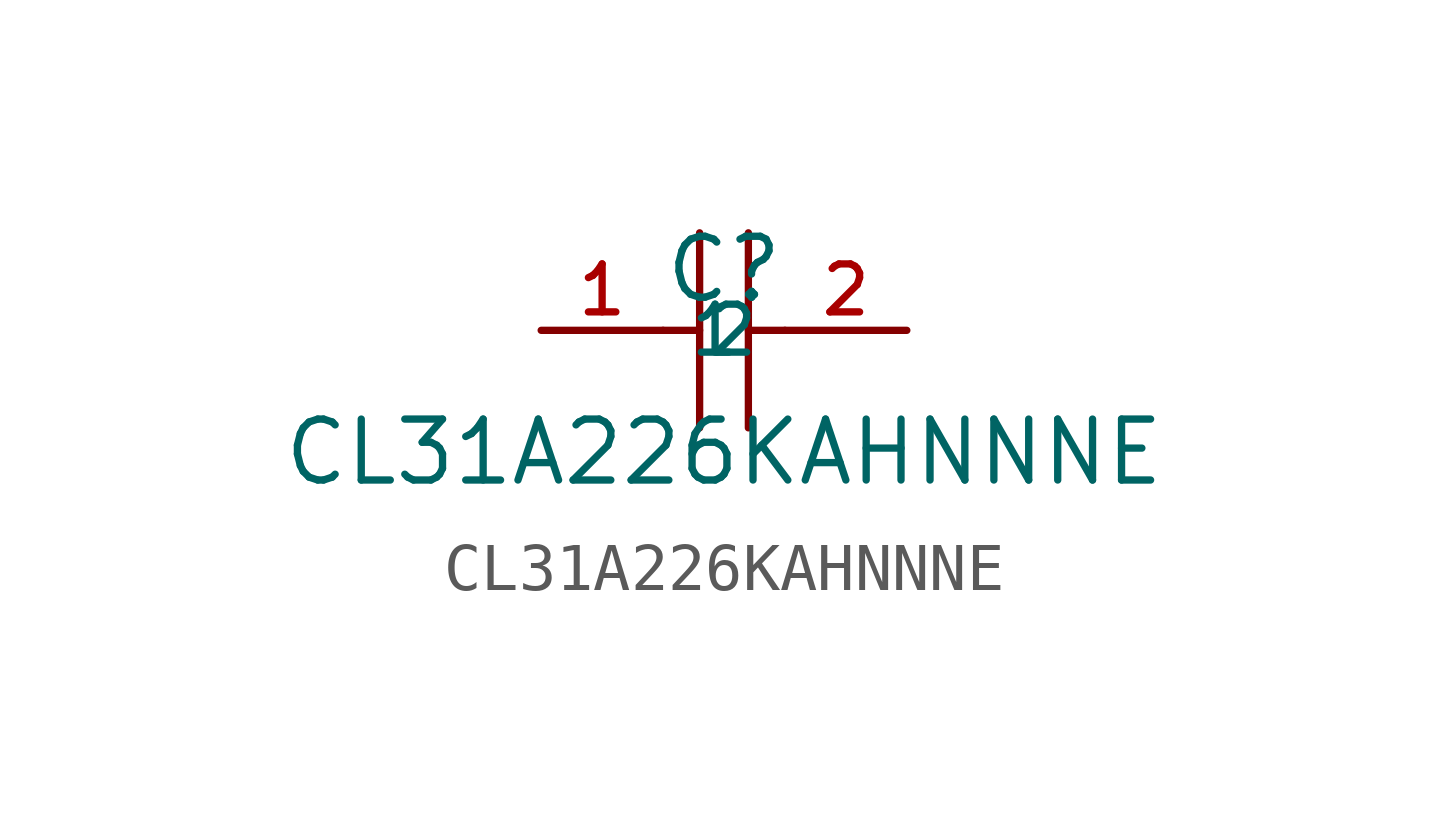
<source format=kicad_sym>
(kicad_symbol_lib
  (version 20210201)
  (generator TousstNicolas/JLC2KiCad_lib)
  (symbol "CL31A226KAHNNNE"
    (property "Reference" "C"
      (at 0 1.27 0)
      (effects (font (size 1.27 1.27))))
    (property "Value" "CL31A226KAHNNNE"
      (at 0 -2.54 0)
      (effects (font (size 1.27 1.27))))
    (symbol "CL31A226KAHNNNE_0_1"
      (polyline (pts (xy -0.508 2.032) (xy -0.508 -2.032)) (stroke (width 0) (type default) (color 0 0 0 0)) (fill (type none)))
      (polyline (pts (xy 0.508 2.032) (xy 0.508 -2.032)) (stroke (width 0) (type default) (color 0 0 0 0)) (fill (type none)))
      (pin input line (at -3.81 -0.0 0) (length 2.54) (name "1" (effects (font (size 1 1)))) (number "1" (effects (font (size 1 1)))))
      (pin input line (at 3.81 -0.0 180) (length 2.54) (name "2" (effects (font (size 1 1)))) (number "2" (effects (font (size 1 1)))))
      (polyline (pts (xy -1.27 -0.0) (xy -0.508 -0.0)) (stroke (width 0) (type default) (color 0 0 0 0)) (fill (type none)))
      (polyline (pts (xy 0.508 -0.0) (xy 1.27 -0.0)) (stroke (width 0) (type default) (color 0 0 0 0)) (fill (type none))))))
</source>
